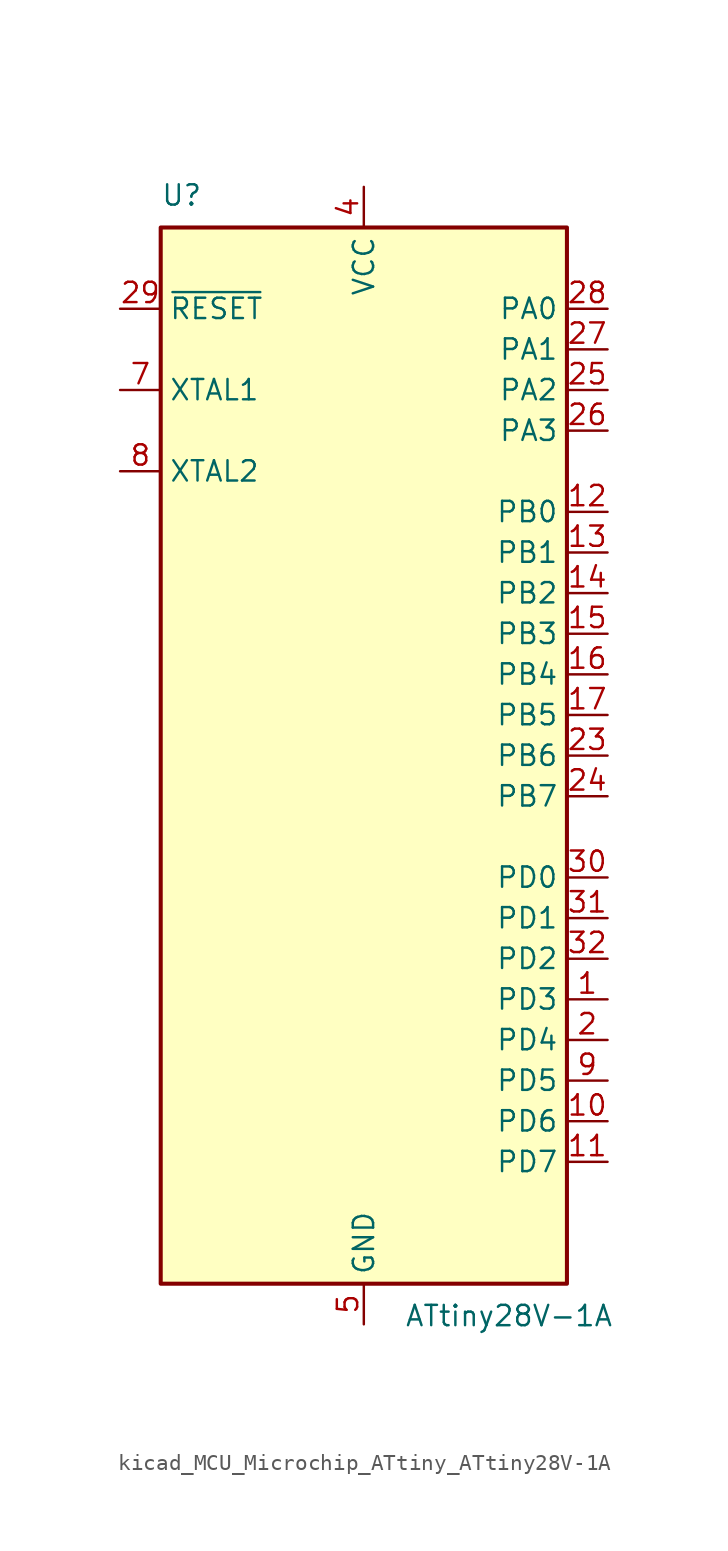
<source format=kicad_sym>
(kicad_symbol_lib
  (version 20220914)
  (generator kicad_symbol_editor)
  (symbol "kicad_MCU_Microchip_ATtiny_ATtiny28V-1A"
    (property "Reference" "U"
      (at -12.7 34.29 0)
      (effects (font (size 1.27 1.27)) (justify left bottom)))
    (property "Value" "ATtiny28V-1A"
      (at 2.54 -34.29 0)
      (effects (font (size 1.27 1.27)) (justify left top)))
    (symbol "kicad_MCU_Microchip_ATtiny_ATtiny28V-1A_0_1"
      (rectangle (start -12.7 -33.02) (end 12.7 33.02) (stroke (width 0.254) (type default)) (fill (type background))))
    (symbol "kicad_MCU_Microchip_ATtiny_ATtiny28V-1A_1_1"
      (pin bidirectional line (at 15.24 -15.24 180) (length 2.54) (name "PD3" (effects (font (size 1.27 1.27)))) (number "1" (effects (font (size 1.27 1.27)))))
      (pin bidirectional line (at 15.24 -22.86 180) (length 2.54) (name "PD6" (effects (font (size 1.27 1.27)))) (number "10" (effects (font (size 1.27 1.27)))))
      (pin bidirectional line (at 15.24 -25.4 180) (length 2.54) (name "PD7" (effects (font (size 1.27 1.27)))) (number "11" (effects (font (size 1.27 1.27)))))
      (pin bidirectional line (at 15.24 15.24 180) (length 2.54) (name "PB0" (effects (font (size 1.27 1.27)))) (number "12" (effects (font (size 1.27 1.27)))))
      (pin bidirectional line (at 15.24 12.7 180) (length 2.54) (name "PB1" (effects (font (size 1.27 1.27)))) (number "13" (effects (font (size 1.27 1.27)))))
      (pin bidirectional line (at 15.24 10.16 180) (length 2.54) (name "PB2" (effects (font (size 1.27 1.27)))) (number "14" (effects (font (size 1.27 1.27)))))
      (pin bidirectional line (at 15.24 7.62 180) (length 2.54) (name "PB3" (effects (font (size 1.27 1.27)))) (number "15" (effects (font (size 1.27 1.27)))))
      (pin bidirectional line (at 15.24 5.08 180) (length 2.54) (name "PB4" (effects (font (size 1.27 1.27)))) (number "16" (effects (font (size 1.27 1.27)))))
      (pin bidirectional line (at 15.24 2.54 180) (length 2.54) (name "PB5" (effects (font (size 1.27 1.27)))) (number "17" (effects (font (size 1.27 1.27)))))
      (pin passive line (at 0 35.56 270) (length 2.54) hide (name "VCC" (effects (font (size 1.27 1.27)))) (number "18" (effects (font (size 1.27 1.27)))))
      (pin no_connect line (at -12.7 -25.4 0) (length 2.54) hide (name "NC" (effects (font (size 1.27 1.27)))) (number "19" (effects (font (size 1.27 1.27)))))
      (pin bidirectional line (at 15.24 -17.78 180) (length 2.54) (name "PD4" (effects (font (size 1.27 1.27)))) (number "2" (effects (font (size 1.27 1.27)))))
      (pin no_connect line (at -12.7 -27.94 0) (length 2.54) hide (name "NC" (effects (font (size 1.27 1.27)))) (number "20" (effects (font (size 1.27 1.27)))))
      (pin passive line (at 0 -35.56 90) (length 2.54) hide (name "GND" (effects (font (size 1.27 1.27)))) (number "21" (effects (font (size 1.27 1.27)))))
      (pin no_connect line (at -12.7 -30.48 0) (length 2.54) hide (name "NC" (effects (font (size 1.27 1.27)))) (number "22" (effects (font (size 1.27 1.27)))))
      (pin bidirectional line (at 15.24 0 180) (length 2.54) (name "PB6" (effects (font (size 1.27 1.27)))) (number "23" (effects (font (size 1.27 1.27)))))
      (pin bidirectional line (at 15.24 -2.54 180) (length 2.54) (name "PB7" (effects (font (size 1.27 1.27)))) (number "24" (effects (font (size 1.27 1.27)))))
      (pin bidirectional line (at 15.24 22.86 180) (length 2.54) (name "PA2" (effects (font (size 1.27 1.27)))) (number "25" (effects (font (size 1.27 1.27)))))
      (pin bidirectional line (at 15.24 20.32 180) (length 2.54) (name "PA3" (effects (font (size 1.27 1.27)))) (number "26" (effects (font (size 1.27 1.27)))))
      (pin bidirectional line (at 15.24 25.4 180) (length 2.54) (name "PA1" (effects (font (size 1.27 1.27)))) (number "27" (effects (font (size 1.27 1.27)))))
      (pin bidirectional line (at 15.24 27.94 180) (length 2.54) (name "PA0" (effects (font (size 1.27 1.27)))) (number "28" (effects (font (size 1.27 1.27)))))
      (pin input line (at -15.24 27.94 0) (length 2.54) (name "~{RESET}" (effects (font (size 1.27 1.27)))) (number "29" (effects (font (size 1.27 1.27)))))
      (pin no_connect line (at -12.7 -20.32 0) (length 2.54) hide (name "NC" (effects (font (size 1.27 1.27)))) (number "3" (effects (font (size 1.27 1.27)))))
      (pin bidirectional line (at 15.24 -7.62 180) (length 2.54) (name "PD0" (effects (font (size 1.27 1.27)))) (number "30" (effects (font (size 1.27 1.27)))))
      (pin bidirectional line (at 15.24 -10.16 180) (length 2.54) (name "PD1" (effects (font (size 1.27 1.27)))) (number "31" (effects (font (size 1.27 1.27)))))
      (pin bidirectional line (at 15.24 -12.7 180) (length 2.54) (name "PD2" (effects (font (size 1.27 1.27)))) (number "32" (effects (font (size 1.27 1.27)))))
      (pin power_in line (at 0 35.56 270) (length 2.54) (name "VCC" (effects (font (size 1.27 1.27)))) (number "4" (effects (font (size 1.27 1.27)))))
      (pin power_in line (at 0 -35.56 90) (length 2.54) (name "GND" (effects (font (size 1.27 1.27)))) (number "5" (effects (font (size 1.27 1.27)))))
      (pin no_connect line (at -12.7 -22.86 0) (length 2.54) hide (name "NC" (effects (font (size 1.27 1.27)))) (number "6" (effects (font (size 1.27 1.27)))))
      (pin input line (at -15.24 22.86 0) (length 2.54) (name "XTAL1" (effects (font (size 1.27 1.27)))) (number "7" (effects (font (size 1.27 1.27)))))
      (pin output line (at -15.24 17.78 0) (length 2.54) (name "XTAL2" (effects (font (size 1.27 1.27)))) (number "8" (effects (font (size 1.27 1.27)))))
      (pin bidirectional line (at 15.24 -20.32 180) (length 2.54) (name "PD5" (effects (font (size 1.27 1.27)))) (number "9" (effects (font (size 1.27 1.27))))))))
</source>
